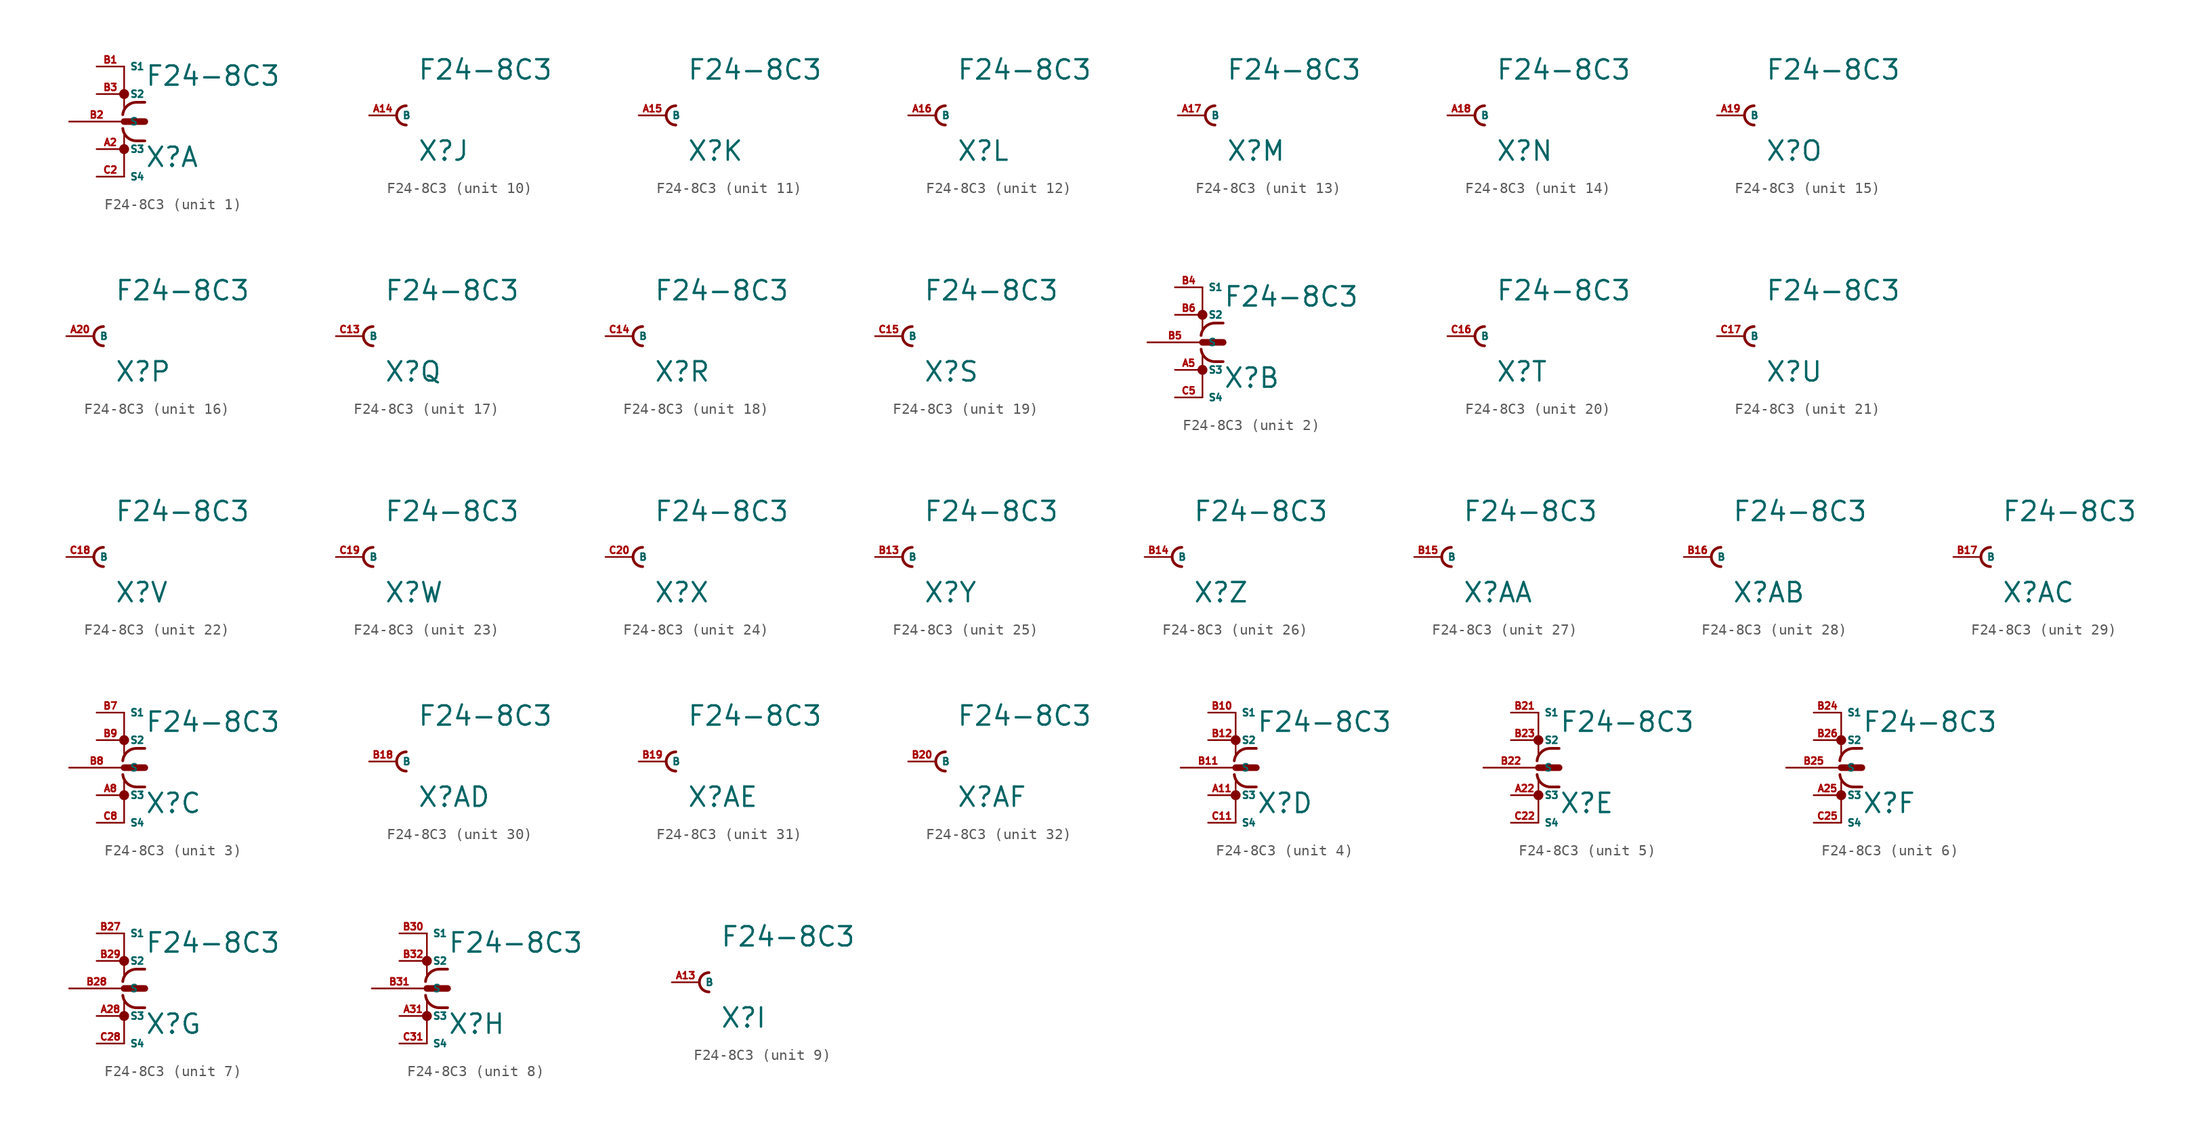
<source format=kicad_sym>
(kicad_symbol_lib
  (version 20220914)
  (generator Eagle2Kicad)
  (symbol "F24-8C3"
    (property "Reference" "X"
      (at 1.905 -4.318 0)
      (effects (font (size 1.778 1.778) (thickness 0.22)) (justify left bottom)))
    (property "Value" "F24-8C3"
      (at 1.905 3.175 0)
      (effects (font (size 1.778 1.778) (thickness 0.22)) (justify left bottom)))
    (symbol "F24-8C3_1_0"
      (polyline (pts (xy 0 0) (xy 1.905 0)) (stroke (width 0.61) (type default)) (fill (type none)))
      (polyline (pts (xy 0 5.08) (xy 0 1.27)) (stroke (width 0.152) (type default)) (fill (type none)))
      (polyline (pts (xy 0 -5.08) (xy 0 -1.27)) (stroke (width 0.152) (type default)) (fill (type none)))
      (polyline (pts (xy 1.905 1.778) (xy 1.143 1.778)) (stroke (width 0.254) (type default)) (fill (type none)))
      (polyline (pts (xy 1.905 -1.778) (xy 1.143 -1.778)) (stroke (width 0.254) (type default)) (fill (type none)))
      (arc (start 1.143 1.778) (mid 0.287 1.452) (end -0.127 0.635) (stroke (width 0.254) (type default)) (fill (type none)))
      (arc (start -0.127 -0.635) (mid 0.287 -1.452) (end 1.143 -1.778) (stroke (width 0.254) (type default)) (fill (type none)))
      (circle (center 0 2.54) (radius 0.254) (stroke (width 0.406) (type default)) (fill (type none)))
      (circle (center 0 -2.54) (radius 0.254) (stroke (width 0.406) (type default)) (fill (type none)))
      (pin passive line (at -5.08 0 0) (length 5.08) (name "S" (effects (font (size 0.635 0.635) (thickness 0.08)) (justify left bottom))) (number "B2" (effects (font (size 0.635 0.635) (thickness 0.08)) (justify left bottom))))
      (pin passive line (at -2.54 5.08 0) (length 2.54) (name "S1" (effects (font (size 0.635 0.635) (thickness 0.08)) (justify left bottom))) (number "B1" (effects (font (size 0.635 0.635) (thickness 0.08)) (justify left bottom))))
      (pin passive line (at -2.54 2.54 0) (length 2.54) (name "S2" (effects (font (size 0.635 0.635) (thickness 0.08)) (justify left bottom))) (number "B3" (effects (font (size 0.635 0.635) (thickness 0.08)) (justify left bottom))))
      (pin passive line (at -2.54 -2.54 0) (length 2.54) (name "S3" (effects (font (size 0.635 0.635) (thickness 0.08)) (justify left bottom))) (number "A2" (effects (font (size 0.635 0.635) (thickness 0.08)) (justify left bottom))))
      (pin passive line (at -2.54 -5.08 0) (length 2.54) (name "S4" (effects (font (size 0.635 0.635) (thickness 0.08)) (justify left bottom))) (number "C2" (effects (font (size 0.635 0.635) (thickness 0.08)) (justify left bottom)))))
    (symbol "F24-8C3_2_0"
      (polyline (pts (xy 0 0) (xy 1.905 0)) (stroke (width 0.61) (type default)) (fill (type none)))
      (polyline (pts (xy 0 5.08) (xy 0 1.27)) (stroke (width 0.152) (type default)) (fill (type none)))
      (polyline (pts (xy 0 -5.08) (xy 0 -1.27)) (stroke (width 0.152) (type default)) (fill (type none)))
      (polyline (pts (xy 1.905 1.778) (xy 1.143 1.778)) (stroke (width 0.254) (type default)) (fill (type none)))
      (polyline (pts (xy 1.905 -1.778) (xy 1.143 -1.778)) (stroke (width 0.254) (type default)) (fill (type none)))
      (arc (start 1.143 1.778) (mid 0.287 1.452) (end -0.127 0.635) (stroke (width 0.254) (type default)) (fill (type none)))
      (arc (start -0.127 -0.635) (mid 0.287 -1.452) (end 1.143 -1.778) (stroke (width 0.254) (type default)) (fill (type none)))
      (circle (center 0 2.54) (radius 0.254) (stroke (width 0.406) (type default)) (fill (type none)))
      (circle (center 0 -2.54) (radius 0.254) (stroke (width 0.406) (type default)) (fill (type none)))
      (pin passive line (at -5.08 0 0) (length 5.08) (name "S" (effects (font (size 0.635 0.635) (thickness 0.08)) (justify left bottom))) (number "B5" (effects (font (size 0.635 0.635) (thickness 0.08)) (justify left bottom))))
      (pin passive line (at -2.54 5.08 0) (length 2.54) (name "S1" (effects (font (size 0.635 0.635) (thickness 0.08)) (justify left bottom))) (number "B4" (effects (font (size 0.635 0.635) (thickness 0.08)) (justify left bottom))))
      (pin passive line (at -2.54 2.54 0) (length 2.54) (name "S2" (effects (font (size 0.635 0.635) (thickness 0.08)) (justify left bottom))) (number "B6" (effects (font (size 0.635 0.635) (thickness 0.08)) (justify left bottom))))
      (pin passive line (at -2.54 -2.54 0) (length 2.54) (name "S3" (effects (font (size 0.635 0.635) (thickness 0.08)) (justify left bottom))) (number "A5" (effects (font (size 0.635 0.635) (thickness 0.08)) (justify left bottom))))
      (pin passive line (at -2.54 -5.08 0) (length 2.54) (name "S4" (effects (font (size 0.635 0.635) (thickness 0.08)) (justify left bottom))) (number "C5" (effects (font (size 0.635 0.635) (thickness 0.08)) (justify left bottom)))))
    (symbol "F24-8C3_3_0"
      (polyline (pts (xy 0 0) (xy 1.905 0)) (stroke (width 0.61) (type default)) (fill (type none)))
      (polyline (pts (xy 0 5.08) (xy 0 1.27)) (stroke (width 0.152) (type default)) (fill (type none)))
      (polyline (pts (xy 0 -5.08) (xy 0 -1.27)) (stroke (width 0.152) (type default)) (fill (type none)))
      (polyline (pts (xy 1.905 1.778) (xy 1.143 1.778)) (stroke (width 0.254) (type default)) (fill (type none)))
      (polyline (pts (xy 1.905 -1.778) (xy 1.143 -1.778)) (stroke (width 0.254) (type default)) (fill (type none)))
      (arc (start 1.143 1.778) (mid 0.287 1.452) (end -0.127 0.635) (stroke (width 0.254) (type default)) (fill (type none)))
      (arc (start -0.127 -0.635) (mid 0.287 -1.452) (end 1.143 -1.778) (stroke (width 0.254) (type default)) (fill (type none)))
      (circle (center 0 2.54) (radius 0.254) (stroke (width 0.406) (type default)) (fill (type none)))
      (circle (center 0 -2.54) (radius 0.254) (stroke (width 0.406) (type default)) (fill (type none)))
      (pin passive line (at -5.08 0 0) (length 5.08) (name "S" (effects (font (size 0.635 0.635) (thickness 0.08)) (justify left bottom))) (number "B8" (effects (font (size 0.635 0.635) (thickness 0.08)) (justify left bottom))))
      (pin passive line (at -2.54 5.08 0) (length 2.54) (name "S1" (effects (font (size 0.635 0.635) (thickness 0.08)) (justify left bottom))) (number "B7" (effects (font (size 0.635 0.635) (thickness 0.08)) (justify left bottom))))
      (pin passive line (at -2.54 2.54 0) (length 2.54) (name "S2" (effects (font (size 0.635 0.635) (thickness 0.08)) (justify left bottom))) (number "B9" (effects (font (size 0.635 0.635) (thickness 0.08)) (justify left bottom))))
      (pin passive line (at -2.54 -2.54 0) (length 2.54) (name "S3" (effects (font (size 0.635 0.635) (thickness 0.08)) (justify left bottom))) (number "A8" (effects (font (size 0.635 0.635) (thickness 0.08)) (justify left bottom))))
      (pin passive line (at -2.54 -5.08 0) (length 2.54) (name "S4" (effects (font (size 0.635 0.635) (thickness 0.08)) (justify left bottom))) (number "C8" (effects (font (size 0.635 0.635) (thickness 0.08)) (justify left bottom)))))
    (symbol "F24-8C3_4_0"
      (polyline (pts (xy 0 0) (xy 1.905 0)) (stroke (width 0.61) (type default)) (fill (type none)))
      (polyline (pts (xy 0 5.08) (xy 0 1.27)) (stroke (width 0.152) (type default)) (fill (type none)))
      (polyline (pts (xy 0 -5.08) (xy 0 -1.27)) (stroke (width 0.152) (type default)) (fill (type none)))
      (polyline (pts (xy 1.905 1.778) (xy 1.143 1.778)) (stroke (width 0.254) (type default)) (fill (type none)))
      (polyline (pts (xy 1.905 -1.778) (xy 1.143 -1.778)) (stroke (width 0.254) (type default)) (fill (type none)))
      (arc (start 1.143 1.778) (mid 0.287 1.452) (end -0.127 0.635) (stroke (width 0.254) (type default)) (fill (type none)))
      (arc (start -0.127 -0.635) (mid 0.287 -1.452) (end 1.143 -1.778) (stroke (width 0.254) (type default)) (fill (type none)))
      (circle (center 0 2.54) (radius 0.254) (stroke (width 0.406) (type default)) (fill (type none)))
      (circle (center 0 -2.54) (radius 0.254) (stroke (width 0.406) (type default)) (fill (type none)))
      (pin passive line (at -5.08 0 0) (length 5.08) (name "S" (effects (font (size 0.635 0.635) (thickness 0.08)) (justify left bottom))) (number "B11" (effects (font (size 0.635 0.635) (thickness 0.08)) (justify left bottom))))
      (pin passive line (at -2.54 5.08 0) (length 2.54) (name "S1" (effects (font (size 0.635 0.635) (thickness 0.08)) (justify left bottom))) (number "B10" (effects (font (size 0.635 0.635) (thickness 0.08)) (justify left bottom))))
      (pin passive line (at -2.54 2.54 0) (length 2.54) (name "S2" (effects (font (size 0.635 0.635) (thickness 0.08)) (justify left bottom))) (number "B12" (effects (font (size 0.635 0.635) (thickness 0.08)) (justify left bottom))))
      (pin passive line (at -2.54 -2.54 0) (length 2.54) (name "S3" (effects (font (size 0.635 0.635) (thickness 0.08)) (justify left bottom))) (number "A11" (effects (font (size 0.635 0.635) (thickness 0.08)) (justify left bottom))))
      (pin passive line (at -2.54 -5.08 0) (length 2.54) (name "S4" (effects (font (size 0.635 0.635) (thickness 0.08)) (justify left bottom))) (number "C11" (effects (font (size 0.635 0.635) (thickness 0.08)) (justify left bottom)))))
    (symbol "F24-8C3_5_0"
      (polyline (pts (xy 0 0) (xy 1.905 0)) (stroke (width 0.61) (type default)) (fill (type none)))
      (polyline (pts (xy 0 5.08) (xy 0 1.27)) (stroke (width 0.152) (type default)) (fill (type none)))
      (polyline (pts (xy 0 -5.08) (xy 0 -1.27)) (stroke (width 0.152) (type default)) (fill (type none)))
      (polyline (pts (xy 1.905 1.778) (xy 1.143 1.778)) (stroke (width 0.254) (type default)) (fill (type none)))
      (polyline (pts (xy 1.905 -1.778) (xy 1.143 -1.778)) (stroke (width 0.254) (type default)) (fill (type none)))
      (arc (start 1.143 1.778) (mid 0.287 1.452) (end -0.127 0.635) (stroke (width 0.254) (type default)) (fill (type none)))
      (arc (start -0.127 -0.635) (mid 0.287 -1.452) (end 1.143 -1.778) (stroke (width 0.254) (type default)) (fill (type none)))
      (circle (center 0 2.54) (radius 0.254) (stroke (width 0.406) (type default)) (fill (type none)))
      (circle (center 0 -2.54) (radius 0.254) (stroke (width 0.406) (type default)) (fill (type none)))
      (pin passive line (at -5.08 0 0) (length 5.08) (name "S" (effects (font (size 0.635 0.635) (thickness 0.08)) (justify left bottom))) (number "B22" (effects (font (size 0.635 0.635) (thickness 0.08)) (justify left bottom))))
      (pin passive line (at -2.54 5.08 0) (length 2.54) (name "S1" (effects (font (size 0.635 0.635) (thickness 0.08)) (justify left bottom))) (number "B21" (effects (font (size 0.635 0.635) (thickness 0.08)) (justify left bottom))))
      (pin passive line (at -2.54 2.54 0) (length 2.54) (name "S2" (effects (font (size 0.635 0.635) (thickness 0.08)) (justify left bottom))) (number "B23" (effects (font (size 0.635 0.635) (thickness 0.08)) (justify left bottom))))
      (pin passive line (at -2.54 -2.54 0) (length 2.54) (name "S3" (effects (font (size 0.635 0.635) (thickness 0.08)) (justify left bottom))) (number "A22" (effects (font (size 0.635 0.635) (thickness 0.08)) (justify left bottom))))
      (pin passive line (at -2.54 -5.08 0) (length 2.54) (name "S4" (effects (font (size 0.635 0.635) (thickness 0.08)) (justify left bottom))) (number "C22" (effects (font (size 0.635 0.635) (thickness 0.08)) (justify left bottom)))))
    (symbol "F24-8C3_6_0"
      (polyline (pts (xy 0 0) (xy 1.905 0)) (stroke (width 0.61) (type default)) (fill (type none)))
      (polyline (pts (xy 0 5.08) (xy 0 1.27)) (stroke (width 0.152) (type default)) (fill (type none)))
      (polyline (pts (xy 0 -5.08) (xy 0 -1.27)) (stroke (width 0.152) (type default)) (fill (type none)))
      (polyline (pts (xy 1.905 1.778) (xy 1.143 1.778)) (stroke (width 0.254) (type default)) (fill (type none)))
      (polyline (pts (xy 1.905 -1.778) (xy 1.143 -1.778)) (stroke (width 0.254) (type default)) (fill (type none)))
      (arc (start 1.143 1.778) (mid 0.287 1.452) (end -0.127 0.635) (stroke (width 0.254) (type default)) (fill (type none)))
      (arc (start -0.127 -0.635) (mid 0.287 -1.452) (end 1.143 -1.778) (stroke (width 0.254) (type default)) (fill (type none)))
      (circle (center 0 2.54) (radius 0.254) (stroke (width 0.406) (type default)) (fill (type none)))
      (circle (center 0 -2.54) (radius 0.254) (stroke (width 0.406) (type default)) (fill (type none)))
      (pin passive line (at -5.08 0 0) (length 5.08) (name "S" (effects (font (size 0.635 0.635) (thickness 0.08)) (justify left bottom))) (number "B25" (effects (font (size 0.635 0.635) (thickness 0.08)) (justify left bottom))))
      (pin passive line (at -2.54 5.08 0) (length 2.54) (name "S1" (effects (font (size 0.635 0.635) (thickness 0.08)) (justify left bottom))) (number "B24" (effects (font (size 0.635 0.635) (thickness 0.08)) (justify left bottom))))
      (pin passive line (at -2.54 2.54 0) (length 2.54) (name "S2" (effects (font (size 0.635 0.635) (thickness 0.08)) (justify left bottom))) (number "B26" (effects (font (size 0.635 0.635) (thickness 0.08)) (justify left bottom))))
      (pin passive line (at -2.54 -2.54 0) (length 2.54) (name "S3" (effects (font (size 0.635 0.635) (thickness 0.08)) (justify left bottom))) (number "A25" (effects (font (size 0.635 0.635) (thickness 0.08)) (justify left bottom))))
      (pin passive line (at -2.54 -5.08 0) (length 2.54) (name "S4" (effects (font (size 0.635 0.635) (thickness 0.08)) (justify left bottom))) (number "C25" (effects (font (size 0.635 0.635) (thickness 0.08)) (justify left bottom)))))
    (symbol "F24-8C3_7_0"
      (polyline (pts (xy 0 0) (xy 1.905 0)) (stroke (width 0.61) (type default)) (fill (type none)))
      (polyline (pts (xy 0 5.08) (xy 0 1.27)) (stroke (width 0.152) (type default)) (fill (type none)))
      (polyline (pts (xy 0 -5.08) (xy 0 -1.27)) (stroke (width 0.152) (type default)) (fill (type none)))
      (polyline (pts (xy 1.905 1.778) (xy 1.143 1.778)) (stroke (width 0.254) (type default)) (fill (type none)))
      (polyline (pts (xy 1.905 -1.778) (xy 1.143 -1.778)) (stroke (width 0.254) (type default)) (fill (type none)))
      (arc (start 1.143 1.778) (mid 0.287 1.452) (end -0.127 0.635) (stroke (width 0.254) (type default)) (fill (type none)))
      (arc (start -0.127 -0.635) (mid 0.287 -1.452) (end 1.143 -1.778) (stroke (width 0.254) (type default)) (fill (type none)))
      (circle (center 0 2.54) (radius 0.254) (stroke (width 0.406) (type default)) (fill (type none)))
      (circle (center 0 -2.54) (radius 0.254) (stroke (width 0.406) (type default)) (fill (type none)))
      (pin passive line (at -5.08 0 0) (length 5.08) (name "S" (effects (font (size 0.635 0.635) (thickness 0.08)) (justify left bottom))) (number "B28" (effects (font (size 0.635 0.635) (thickness 0.08)) (justify left bottom))))
      (pin passive line (at -2.54 5.08 0) (length 2.54) (name "S1" (effects (font (size 0.635 0.635) (thickness 0.08)) (justify left bottom))) (number "B27" (effects (font (size 0.635 0.635) (thickness 0.08)) (justify left bottom))))
      (pin passive line (at -2.54 2.54 0) (length 2.54) (name "S2" (effects (font (size 0.635 0.635) (thickness 0.08)) (justify left bottom))) (number "B29" (effects (font (size 0.635 0.635) (thickness 0.08)) (justify left bottom))))
      (pin passive line (at -2.54 -2.54 0) (length 2.54) (name "S3" (effects (font (size 0.635 0.635) (thickness 0.08)) (justify left bottom))) (number "A28" (effects (font (size 0.635 0.635) (thickness 0.08)) (justify left bottom))))
      (pin passive line (at -2.54 -5.08 0) (length 2.54) (name "S4" (effects (font (size 0.635 0.635) (thickness 0.08)) (justify left bottom))) (number "C28" (effects (font (size 0.635 0.635) (thickness 0.08)) (justify left bottom)))))
    (symbol "F24-8C3_8_0"
      (polyline (pts (xy 0 0) (xy 1.905 0)) (stroke (width 0.61) (type default)) (fill (type none)))
      (polyline (pts (xy 0 5.08) (xy 0 1.27)) (stroke (width 0.152) (type default)) (fill (type none)))
      (polyline (pts (xy 0 -5.08) (xy 0 -1.27)) (stroke (width 0.152) (type default)) (fill (type none)))
      (polyline (pts (xy 1.905 1.778) (xy 1.143 1.778)) (stroke (width 0.254) (type default)) (fill (type none)))
      (polyline (pts (xy 1.905 -1.778) (xy 1.143 -1.778)) (stroke (width 0.254) (type default)) (fill (type none)))
      (arc (start 1.143 1.778) (mid 0.287 1.452) (end -0.127 0.635) (stroke (width 0.254) (type default)) (fill (type none)))
      (arc (start -0.127 -0.635) (mid 0.287 -1.452) (end 1.143 -1.778) (stroke (width 0.254) (type default)) (fill (type none)))
      (circle (center 0 2.54) (radius 0.254) (stroke (width 0.406) (type default)) (fill (type none)))
      (circle (center 0 -2.54) (radius 0.254) (stroke (width 0.406) (type default)) (fill (type none)))
      (pin passive line (at -5.08 0 0) (length 5.08) (name "S" (effects (font (size 0.635 0.635) (thickness 0.08)) (justify left bottom))) (number "B31" (effects (font (size 0.635 0.635) (thickness 0.08)) (justify left bottom))))
      (pin passive line (at -2.54 5.08 0) (length 2.54) (name "S1" (effects (font (size 0.635 0.635) (thickness 0.08)) (justify left bottom))) (number "B30" (effects (font (size 0.635 0.635) (thickness 0.08)) (justify left bottom))))
      (pin passive line (at -2.54 2.54 0) (length 2.54) (name "S2" (effects (font (size 0.635 0.635) (thickness 0.08)) (justify left bottom))) (number "B32" (effects (font (size 0.635 0.635) (thickness 0.08)) (justify left bottom))))
      (pin passive line (at -2.54 -2.54 0) (length 2.54) (name "S3" (effects (font (size 0.635 0.635) (thickness 0.08)) (justify left bottom))) (number "A31" (effects (font (size 0.635 0.635) (thickness 0.08)) (justify left bottom))))
      (pin passive line (at -2.54 -5.08 0) (length 2.54) (name "S4" (effects (font (size 0.635 0.635) (thickness 0.08)) (justify left bottom))) (number "C31" (effects (font (size 0.635 0.635) (thickness 0.08)) (justify left bottom)))))
    (symbol "F24-8C3_9_0"
      (arc (start 0.889 0.889) (mid 0.000 0.000) (end 0.889 -0.889) (stroke (width 0.254) (type default)) (fill (type none)))
      (pin passive line (at -2.54 0 0) (length 2.54) (name "B" (effects (font (size 0.635 0.635) (thickness 0.08)) (justify left bottom))) (number "A13" (effects (font (size 0.635 0.635) (thickness 0.08)) (justify left bottom)))))
    (symbol "F24-8C3_10_0"
      (arc (start 0.889 0.889) (mid 0.000 0.000) (end 0.889 -0.889) (stroke (width 0.254) (type default)) (fill (type none)))
      (pin passive line (at -2.54 0 0) (length 2.54) (name "B" (effects (font (size 0.635 0.635) (thickness 0.08)) (justify left bottom))) (number "A14" (effects (font (size 0.635 0.635) (thickness 0.08)) (justify left bottom)))))
    (symbol "F24-8C3_11_0"
      (arc (start 0.889 0.889) (mid 0.000 0.000) (end 0.889 -0.889) (stroke (width 0.254) (type default)) (fill (type none)))
      (pin passive line (at -2.54 0 0) (length 2.54) (name "B" (effects (font (size 0.635 0.635) (thickness 0.08)) (justify left bottom))) (number "A15" (effects (font (size 0.635 0.635) (thickness 0.08)) (justify left bottom)))))
    (symbol "F24-8C3_12_0"
      (arc (start 0.889 0.889) (mid 0.000 0.000) (end 0.889 -0.889) (stroke (width 0.254) (type default)) (fill (type none)))
      (pin passive line (at -2.54 0 0) (length 2.54) (name "B" (effects (font (size 0.635 0.635) (thickness 0.08)) (justify left bottom))) (number "A16" (effects (font (size 0.635 0.635) (thickness 0.08)) (justify left bottom)))))
    (symbol "F24-8C3_13_0"
      (arc (start 0.889 0.889) (mid 0.000 0.000) (end 0.889 -0.889) (stroke (width 0.254) (type default)) (fill (type none)))
      (pin passive line (at -2.54 0 0) (length 2.54) (name "B" (effects (font (size 0.635 0.635) (thickness 0.08)) (justify left bottom))) (number "A17" (effects (font (size 0.635 0.635) (thickness 0.08)) (justify left bottom)))))
    (symbol "F24-8C3_14_0"
      (arc (start 0.889 0.889) (mid 0.000 0.000) (end 0.889 -0.889) (stroke (width 0.254) (type default)) (fill (type none)))
      (pin passive line (at -2.54 0 0) (length 2.54) (name "B" (effects (font (size 0.635 0.635) (thickness 0.08)) (justify left bottom))) (number "A18" (effects (font (size 0.635 0.635) (thickness 0.08)) (justify left bottom)))))
    (symbol "F24-8C3_15_0"
      (arc (start 0.889 0.889) (mid 0.000 0.000) (end 0.889 -0.889) (stroke (width 0.254) (type default)) (fill (type none)))
      (pin passive line (at -2.54 0 0) (length 2.54) (name "B" (effects (font (size 0.635 0.635) (thickness 0.08)) (justify left bottom))) (number "A19" (effects (font (size 0.635 0.635) (thickness 0.08)) (justify left bottom)))))
    (symbol "F24-8C3_16_0"
      (arc (start 0.889 0.889) (mid 0.000 0.000) (end 0.889 -0.889) (stroke (width 0.254) (type default)) (fill (type none)))
      (pin passive line (at -2.54 0 0) (length 2.54) (name "B" (effects (font (size 0.635 0.635) (thickness 0.08)) (justify left bottom))) (number "A20" (effects (font (size 0.635 0.635) (thickness 0.08)) (justify left bottom)))))
    (symbol "F24-8C3_17_0"
      (arc (start 0.889 0.889) (mid 0.000 0.000) (end 0.889 -0.889) (stroke (width 0.254) (type default)) (fill (type none)))
      (pin passive line (at -2.54 0 0) (length 2.54) (name "B" (effects (font (size 0.635 0.635) (thickness 0.08)) (justify left bottom))) (number "C13" (effects (font (size 0.635 0.635) (thickness 0.08)) (justify left bottom)))))
    (symbol "F24-8C3_18_0"
      (arc (start 0.889 0.889) (mid 0.000 0.000) (end 0.889 -0.889) (stroke (width 0.254) (type default)) (fill (type none)))
      (pin passive line (at -2.54 0 0) (length 2.54) (name "B" (effects (font (size 0.635 0.635) (thickness 0.08)) (justify left bottom))) (number "C14" (effects (font (size 0.635 0.635) (thickness 0.08)) (justify left bottom)))))
    (symbol "F24-8C3_19_0"
      (arc (start 0.889 0.889) (mid 0.000 0.000) (end 0.889 -0.889) (stroke (width 0.254) (type default)) (fill (type none)))
      (pin passive line (at -2.54 0 0) (length 2.54) (name "B" (effects (font (size 0.635 0.635) (thickness 0.08)) (justify left bottom))) (number "C15" (effects (font (size 0.635 0.635) (thickness 0.08)) (justify left bottom)))))
    (symbol "F24-8C3_20_0"
      (arc (start 0.889 0.889) (mid 0.000 0.000) (end 0.889 -0.889) (stroke (width 0.254) (type default)) (fill (type none)))
      (pin passive line (at -2.54 0 0) (length 2.54) (name "B" (effects (font (size 0.635 0.635) (thickness 0.08)) (justify left bottom))) (number "C16" (effects (font (size 0.635 0.635) (thickness 0.08)) (justify left bottom)))))
    (symbol "F24-8C3_21_0"
      (arc (start 0.889 0.889) (mid 0.000 0.000) (end 0.889 -0.889) (stroke (width 0.254) (type default)) (fill (type none)))
      (pin passive line (at -2.54 0 0) (length 2.54) (name "B" (effects (font (size 0.635 0.635) (thickness 0.08)) (justify left bottom))) (number "C17" (effects (font (size 0.635 0.635) (thickness 0.08)) (justify left bottom)))))
    (symbol "F24-8C3_22_0"
      (arc (start 0.889 0.889) (mid 0.000 0.000) (end 0.889 -0.889) (stroke (width 0.254) (type default)) (fill (type none)))
      (pin passive line (at -2.54 0 0) (length 2.54) (name "B" (effects (font (size 0.635 0.635) (thickness 0.08)) (justify left bottom))) (number "C18" (effects (font (size 0.635 0.635) (thickness 0.08)) (justify left bottom)))))
    (symbol "F24-8C3_23_0"
      (arc (start 0.889 0.889) (mid 0.000 0.000) (end 0.889 -0.889) (stroke (width 0.254) (type default)) (fill (type none)))
      (pin passive line (at -2.54 0 0) (length 2.54) (name "B" (effects (font (size 0.635 0.635) (thickness 0.08)) (justify left bottom))) (number "C19" (effects (font (size 0.635 0.635) (thickness 0.08)) (justify left bottom)))))
    (symbol "F24-8C3_24_0"
      (arc (start 0.889 0.889) (mid 0.000 0.000) (end 0.889 -0.889) (stroke (width 0.254) (type default)) (fill (type none)))
      (pin passive line (at -2.54 0 0) (length 2.54) (name "B" (effects (font (size 0.635 0.635) (thickness 0.08)) (justify left bottom))) (number "C20" (effects (font (size 0.635 0.635) (thickness 0.08)) (justify left bottom)))))
    (symbol "F24-8C3_25_0"
      (arc (start 0.889 0.889) (mid 0.000 0.000) (end 0.889 -0.889) (stroke (width 0.254) (type default)) (fill (type none)))
      (pin passive line (at -2.54 0 0) (length 2.54) (name "B" (effects (font (size 0.635 0.635) (thickness 0.08)) (justify left bottom))) (number "B13" (effects (font (size 0.635 0.635) (thickness 0.08)) (justify left bottom)))))
    (symbol "F24-8C3_26_0"
      (arc (start 0.889 0.889) (mid 0.000 0.000) (end 0.889 -0.889) (stroke (width 0.254) (type default)) (fill (type none)))
      (pin passive line (at -2.54 0 0) (length 2.54) (name "B" (effects (font (size 0.635 0.635) (thickness 0.08)) (justify left bottom))) (number "B14" (effects (font (size 0.635 0.635) (thickness 0.08)) (justify left bottom)))))
    (symbol "F24-8C3_27_0"
      (arc (start 0.889 0.889) (mid 0.000 0.000) (end 0.889 -0.889) (stroke (width 0.254) (type default)) (fill (type none)))
      (pin passive line (at -2.54 0 0) (length 2.54) (name "B" (effects (font (size 0.635 0.635) (thickness 0.08)) (justify left bottom))) (number "B15" (effects (font (size 0.635 0.635) (thickness 0.08)) (justify left bottom)))))
    (symbol "F24-8C3_28_0"
      (arc (start 0.889 0.889) (mid 0.000 0.000) (end 0.889 -0.889) (stroke (width 0.254) (type default)) (fill (type none)))
      (pin passive line (at -2.54 0 0) (length 2.54) (name "B" (effects (font (size 0.635 0.635) (thickness 0.08)) (justify left bottom))) (number "B16" (effects (font (size 0.635 0.635) (thickness 0.08)) (justify left bottom)))))
    (symbol "F24-8C3_29_0"
      (arc (start 0.889 0.889) (mid 0.000 0.000) (end 0.889 -0.889) (stroke (width 0.254) (type default)) (fill (type none)))
      (pin passive line (at -2.54 0 0) (length 2.54) (name "B" (effects (font (size 0.635 0.635) (thickness 0.08)) (justify left bottom))) (number "B17" (effects (font (size 0.635 0.635) (thickness 0.08)) (justify left bottom)))))
    (symbol "F24-8C3_30_0"
      (arc (start 0.889 0.889) (mid 0.000 0.000) (end 0.889 -0.889) (stroke (width 0.254) (type default)) (fill (type none)))
      (pin passive line (at -2.54 0 0) (length 2.54) (name "B" (effects (font (size 0.635 0.635) (thickness 0.08)) (justify left bottom))) (number "B18" (effects (font (size 0.635 0.635) (thickness 0.08)) (justify left bottom)))))
    (symbol "F24-8C3_31_0"
      (arc (start 0.889 0.889) (mid 0.000 0.000) (end 0.889 -0.889) (stroke (width 0.254) (type default)) (fill (type none)))
      (pin passive line (at -2.54 0 0) (length 2.54) (name "B" (effects (font (size 0.635 0.635) (thickness 0.08)) (justify left bottom))) (number "B19" (effects (font (size 0.635 0.635) (thickness 0.08)) (justify left bottom)))))
    (symbol "F24-8C3_32_0"
      (arc (start 0.889 0.889) (mid 0.000 0.000) (end 0.889 -0.889) (stroke (width 0.254) (type default)) (fill (type none)))
      (pin passive line (at -2.54 0 0) (length 2.54) (name "B" (effects (font (size 0.635 0.635) (thickness 0.08)) (justify left bottom))) (number "B20" (effects (font (size 0.635 0.635) (thickness 0.08)) (justify left bottom)))))))
</source>
